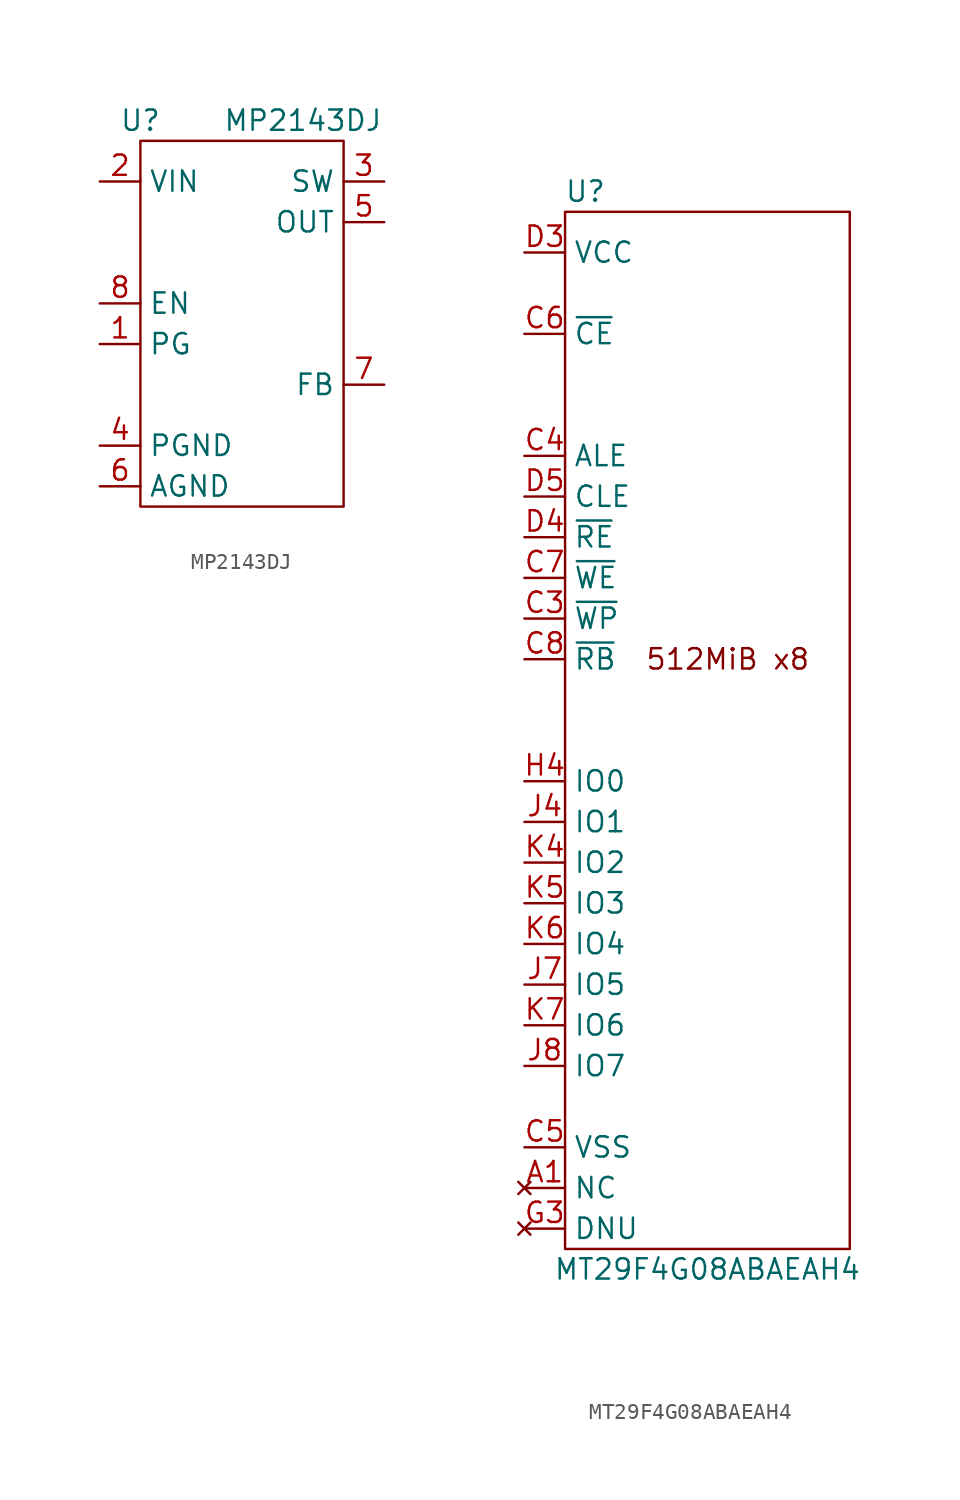
<source format=kicad_sym>
(kicad_symbol_lib
  (version 20211014)
  (generator kicad_symbol_editor)
  (symbol "MP2143DJ"
    (property "Reference" "U"
      (at -6.35 3.81 0)
      (effects (font (size 1.27 1.27))))
    (property "Value" "MP2143DJ"
      (at 3.81 3.81 0)
      (effects (font (size 1.27 1.27))))
    (symbol "MP2143DJ_0_1"
      (rectangle (start -6.35 2.54) (end 6.35 -20.32) (stroke (width 0) (type default) (color 0 0 0 0)) (fill (type none))))
    (symbol "MP2143DJ_1_1"
      (pin open_collector line (at -8.89 -10.16 0) (length 2.54) (name "PG" (effects (font (size 1.27 1.27)))) (number "1" (effects (font (size 1.27 1.27)))))
      (pin power_in line (at -8.89 0 0) (length 2.54) (name "VIN" (effects (font (size 1.27 1.27)))) (number "2" (effects (font (size 1.27 1.27)))))
      (pin passive line (at 8.89 0 180) (length 2.54) (name "SW" (effects (font (size 1.27 1.27)))) (number "3" (effects (font (size 1.27 1.27)))))
      (pin power_in line (at -8.89 -16.51 0) (length 2.54) (name "PGND" (effects (font (size 1.27 1.27)))) (number "4" (effects (font (size 1.27 1.27)))))
      (pin power_out line (at 8.89 -2.54 180) (length 2.54) (name "OUT" (effects (font (size 1.27 1.27)))) (number "5" (effects (font (size 1.27 1.27)))))
      (pin power_in line (at -8.89 -19.05 0) (length 2.54) (name "AGND" (effects (font (size 1.27 1.27)))) (number "6" (effects (font (size 1.27 1.27)))))
      (pin passive line (at 8.89 -12.7 180) (length 2.54) (name "FB" (effects (font (size 1.27 1.27)))) (number "7" (effects (font (size 1.27 1.27)))))
      (pin input line (at -8.89 -7.62 0) (length 2.54) (name "EN" (effects (font (size 1.27 1.27)))) (number "8" (effects (font (size 1.27 1.27)))))))
  (symbol "MT29F4G08ABAEAH4"
    (property "Reference" "U"
      (at -6.35 10.16 0)
      (effects (font (size 1.27 1.27))))
    (property "Value" "MT29F4G08ABAEAH4"
      (at 1.27 -57.15 0)
      (effects (font (size 1.27 1.27))))
    (symbol "MT29F4G08ABAEAH4_0_0"
      (text "512MiB x8" (at 2.54 -19.05 0) (effects (font (size 1.27 1.27))))
      (pin no_connect line (at -10.16 -52.07 0) (length 2.54) (name "NC" (effects (font (size 1.27 1.27)))) (number "A1" (effects (font (size 1.27 1.27)))))
      (pin no_connect line (at -10.16 -52.07 0) (length 2.54) hide (name "NC" (effects (font (size 1.27 1.27)))) (number "A10" (effects (font (size 1.27 1.27)))))
      (pin no_connect line (at -10.16 -52.07 0) (length 2.54) hide (name "NC" (effects (font (size 1.27 1.27)))) (number "A2" (effects (font (size 1.27 1.27)))))
      (pin no_connect line (at -10.16 -52.07 0) (length 2.54) hide (name "NC" (effects (font (size 1.27 1.27)))) (number "A9" (effects (font (size 1.27 1.27)))))
      (pin no_connect line (at -10.16 -52.07 0) (length 2.54) hide (name "NC" (effects (font (size 1.27 1.27)))) (number "B1" (effects (font (size 1.27 1.27)))))
      (pin no_connect line (at -10.16 -52.07 0) (length 2.54) hide (name "NC" (effects (font (size 1.27 1.27)))) (number "B10" (effects (font (size 1.27 1.27)))))
      (pin no_connect line (at -10.16 -52.07 0) (length 2.54) hide (name "NC" (effects (font (size 1.27 1.27)))) (number "B9" (effects (font (size 1.27 1.27)))))
      (pin input line (at -10.16 -16.51 0) (length 2.54) (name "~{WP}" (effects (font (size 1.27 1.27)))) (number "C3" (effects (font (size 1.27 1.27)))))
      (pin input line (at -10.16 -6.35 0) (length 2.54) (name "ALE" (effects (font (size 1.27 1.27)))) (number "C4" (effects (font (size 1.27 1.27)))))
      (pin power_in line (at -10.16 -49.53 0) (length 2.54) (name "VSS" (effects (font (size 1.27 1.27)))) (number "C5" (effects (font (size 1.27 1.27)))))
      (pin input line (at -10.16 1.27 0) (length 2.54) (name "~{CE}" (effects (font (size 1.27 1.27)))) (number "C6" (effects (font (size 1.27 1.27)))))
      (pin input line (at -10.16 -13.97 0) (length 2.54) (name "~{WE}" (effects (font (size 1.27 1.27)))) (number "C7" (effects (font (size 1.27 1.27)))))
      (pin open_collector line (at -10.16 -19.05 0) (length 2.54) (name "~{RB}" (effects (font (size 1.27 1.27)))) (number "C8" (effects (font (size 1.27 1.27)))))
      (pin power_in line (at -10.16 6.35 0) (length 2.54) (name "VCC" (effects (font (size 1.27 1.27)))) (number "D3" (effects (font (size 1.27 1.27)))))
      (pin input line (at -10.16 -11.43 0) (length 2.54) (name "~{RE}" (effects (font (size 1.27 1.27)))) (number "D4" (effects (font (size 1.27 1.27)))))
      (pin input line (at -10.16 -8.89 0) (length 2.54) (name "CLE" (effects (font (size 1.27 1.27)))) (number "D5" (effects (font (size 1.27 1.27)))))
      (pin no_connect line (at -10.16 -52.07 0) (length 2.54) hide (name "NC" (effects (font (size 1.27 1.27)))) (number "D6" (effects (font (size 1.27 1.27)))))
      (pin no_connect line (at -10.16 -52.07 0) (length 2.54) hide (name "NC" (effects (font (size 1.27 1.27)))) (number "D7" (effects (font (size 1.27 1.27)))))
      (pin no_connect line (at -10.16 -52.07 0) (length 2.54) hide (name "NC" (effects (font (size 1.27 1.27)))) (number "D8" (effects (font (size 1.27 1.27)))))
      (pin no_connect line (at -10.16 -52.07 0) (length 2.54) hide (name "NC" (effects (font (size 1.27 1.27)))) (number "E3" (effects (font (size 1.27 1.27)))))
      (pin no_connect line (at -10.16 -52.07 0) (length 2.54) hide (name "NC" (effects (font (size 1.27 1.27)))) (number "E4" (effects (font (size 1.27 1.27)))))
      (pin no_connect line (at -10.16 -52.07 0) (length 2.54) hide (name "NC" (effects (font (size 1.27 1.27)))) (number "E5" (effects (font (size 1.27 1.27)))))
      (pin no_connect line (at -10.16 -52.07 0) (length 2.54) hide (name "NC" (effects (font (size 1.27 1.27)))) (number "E6" (effects (font (size 1.27 1.27)))))
      (pin no_connect line (at -10.16 -52.07 0) (length 2.54) hide (name "NC" (effects (font (size 1.27 1.27)))) (number "E7" (effects (font (size 1.27 1.27)))))
      (pin no_connect line (at -10.16 -52.07 0) (length 2.54) hide (name "NC" (effects (font (size 1.27 1.27)))) (number "E8" (effects (font (size 1.27 1.27)))))
      (pin no_connect line (at -10.16 -52.07 0) (length 2.54) hide (name "NC" (effects (font (size 1.27 1.27)))) (number "F3" (effects (font (size 1.27 1.27)))))
      (pin no_connect line (at -10.16 -52.07 0) (length 2.54) hide (name "NC" (effects (font (size 1.27 1.27)))) (number "F4" (effects (font (size 1.27 1.27)))))
      (pin no_connect line (at -10.16 -52.07 0) (length 2.54) hide (name "NC" (effects (font (size 1.27 1.27)))) (number "F5" (effects (font (size 1.27 1.27)))))
      (pin no_connect line (at -10.16 -52.07 0) (length 2.54) hide (name "NC" (effects (font (size 1.27 1.27)))) (number "F6" (effects (font (size 1.27 1.27)))))
      (pin power_in line (at -10.16 -49.53 0) (length 2.54) hide (name "VSS" (effects (font (size 1.27 1.27)))) (number "F7" (effects (font (size 1.27 1.27)))))
      (pin no_connect line (at -10.16 -52.07 0) (length 2.54) hide (name "NC" (effects (font (size 1.27 1.27)))) (number "F8" (effects (font (size 1.27 1.27)))))
      (pin no_connect line (at -10.16 -54.61 0) (length 2.54) (name "DNU" (effects (font (size 1.27 1.27)))) (number "G3" (effects (font (size 1.27 1.27)))))
      (pin power_in line (at -10.16 6.35 0) (length 2.54) hide (name "VCC" (effects (font (size 1.27 1.27)))) (number "G4" (effects (font (size 1.27 1.27)))))
      (pin no_connect line (at -10.16 -54.61 0) (length 2.54) hide (name "DNU" (effects (font (size 1.27 1.27)))) (number "G5" (effects (font (size 1.27 1.27)))))
      (pin no_connect line (at -10.16 -52.07 0) (length 2.54) hide (name "NC" (effects (font (size 1.27 1.27)))) (number "G6" (effects (font (size 1.27 1.27)))))
      (pin no_connect line (at -10.16 -52.07 0) (length 2.54) hide (name "NC" (effects (font (size 1.27 1.27)))) (number "G7" (effects (font (size 1.27 1.27)))))
      (pin no_connect line (at -10.16 -54.61 0) (length 2.54) hide (name "DNU" (effects (font (size 1.27 1.27)))) (number "G8" (effects (font (size 1.27 1.27)))))
      (pin no_connect line (at -10.16 -52.07 0) (length 2.54) hide (name "NC" (effects (font (size 1.27 1.27)))) (number "H3" (effects (font (size 1.27 1.27)))))
      (pin bidirectional line (at -10.16 -26.67 0) (length 2.54) (name "IO0" (effects (font (size 1.27 1.27)))) (number "H4" (effects (font (size 1.27 1.27)))))
      (pin no_connect line (at -10.16 -52.07 0) (length 2.54) hide (name "NC" (effects (font (size 1.27 1.27)))) (number "H5" (effects (font (size 1.27 1.27)))))
      (pin no_connect line (at -10.16 -52.07 0) (length 2.54) hide (name "NC" (effects (font (size 1.27 1.27)))) (number "H6" (effects (font (size 1.27 1.27)))))
      (pin no_connect line (at -10.16 -52.07 0) (length 2.54) hide (name "NC" (effects (font (size 1.27 1.27)))) (number "H7" (effects (font (size 1.27 1.27)))))
      (pin power_in line (at -10.16 6.35 0) (length 2.54) hide (name "VCC" (effects (font (size 1.27 1.27)))) (number "H8" (effects (font (size 1.27 1.27)))))
      (pin no_connect line (at -10.16 -52.07 0) (length 2.54) hide (name "NC" (effects (font (size 1.27 1.27)))) (number "J3" (effects (font (size 1.27 1.27)))))
      (pin bidirectional line (at -10.16 -29.21 0) (length 2.54) (name "IO1" (effects (font (size 1.27 1.27)))) (number "J4" (effects (font (size 1.27 1.27)))))
      (pin no_connect line (at -10.16 -52.07 0) (length 2.54) hide (name "NC" (effects (font (size 1.27 1.27)))) (number "J5" (effects (font (size 1.27 1.27)))))
      (pin power_in line (at -10.16 6.35 0) (length 2.54) hide (name "VCC" (effects (font (size 1.27 1.27)))) (number "J6" (effects (font (size 1.27 1.27)))))
      (pin bidirectional line (at -10.16 -39.37 0) (length 2.54) (name "IO5" (effects (font (size 1.27 1.27)))) (number "J7" (effects (font (size 1.27 1.27)))))
      (pin bidirectional line (at -10.16 -44.45 0) (length 2.54) (name "IO7" (effects (font (size 1.27 1.27)))) (number "J8" (effects (font (size 1.27 1.27)))))
      (pin power_in line (at -10.16 -49.53 0) (length 2.54) hide (name "VSS" (effects (font (size 1.27 1.27)))) (number "K3" (effects (font (size 1.27 1.27)))))
      (pin bidirectional line (at -10.16 -31.75 0) (length 2.54) (name "IO2" (effects (font (size 1.27 1.27)))) (number "K4" (effects (font (size 1.27 1.27)))))
      (pin bidirectional line (at -10.16 -34.29 0) (length 2.54) (name "IO3" (effects (font (size 1.27 1.27)))) (number "K5" (effects (font (size 1.27 1.27)))))
      (pin bidirectional line (at -10.16 -36.83 0) (length 2.54) (name "IO4" (effects (font (size 1.27 1.27)))) (number "K6" (effects (font (size 1.27 1.27)))))
      (pin bidirectional line (at -10.16 -41.91 0) (length 2.54) (name "IO6" (effects (font (size 1.27 1.27)))) (number "K7" (effects (font (size 1.27 1.27)))))
      (pin power_in line (at -10.16 -49.53 0) (length 2.54) hide (name "VSS" (effects (font (size 1.27 1.27)))) (number "K8" (effects (font (size 1.27 1.27)))))
      (pin no_connect line (at -10.16 -52.07 0) (length 2.54) hide (name "NC" (effects (font (size 1.27 1.27)))) (number "L1" (effects (font (size 1.27 1.27)))))
      (pin no_connect line (at -10.16 -52.07 0) (length 2.54) hide (name "NC" (effects (font (size 1.27 1.27)))) (number "L10" (effects (font (size 1.27 1.27)))))
      (pin no_connect line (at -10.16 -52.07 0) (length 2.54) hide (name "NC" (effects (font (size 1.27 1.27)))) (number "L2" (effects (font (size 1.27 1.27)))))
      (pin no_connect line (at -10.16 -52.07 0) (length 2.54) hide (name "NC" (effects (font (size 1.27 1.27)))) (number "L9" (effects (font (size 1.27 1.27)))))
      (pin no_connect line (at -10.16 -52.07 0) (length 2.54) hide (name "NC" (effects (font (size 1.27 1.27)))) (number "M1" (effects (font (size 1.27 1.27)))))
      (pin no_connect line (at -10.16 -52.07 0) (length 2.54) hide (name "NC" (effects (font (size 1.27 1.27)))) (number "M10" (effects (font (size 1.27 1.27)))))
      (pin no_connect line (at -10.16 -52.07 0) (length 2.54) hide (name "NC" (effects (font (size 1.27 1.27)))) (number "M2" (effects (font (size 1.27 1.27)))))
      (pin no_connect line (at -10.16 -52.07 0) (length 2.54) hide (name "NC" (effects (font (size 1.27 1.27)))) (number "M9" (effects (font (size 1.27 1.27))))))
    (symbol "MT29F4G08ABAEAH4_0_1"
      (rectangle (start -7.62 8.89) (end 10.16 -55.88) (stroke (width 0) (type default) (color 0 0 0 0)) (fill (type none))))))
</source>
